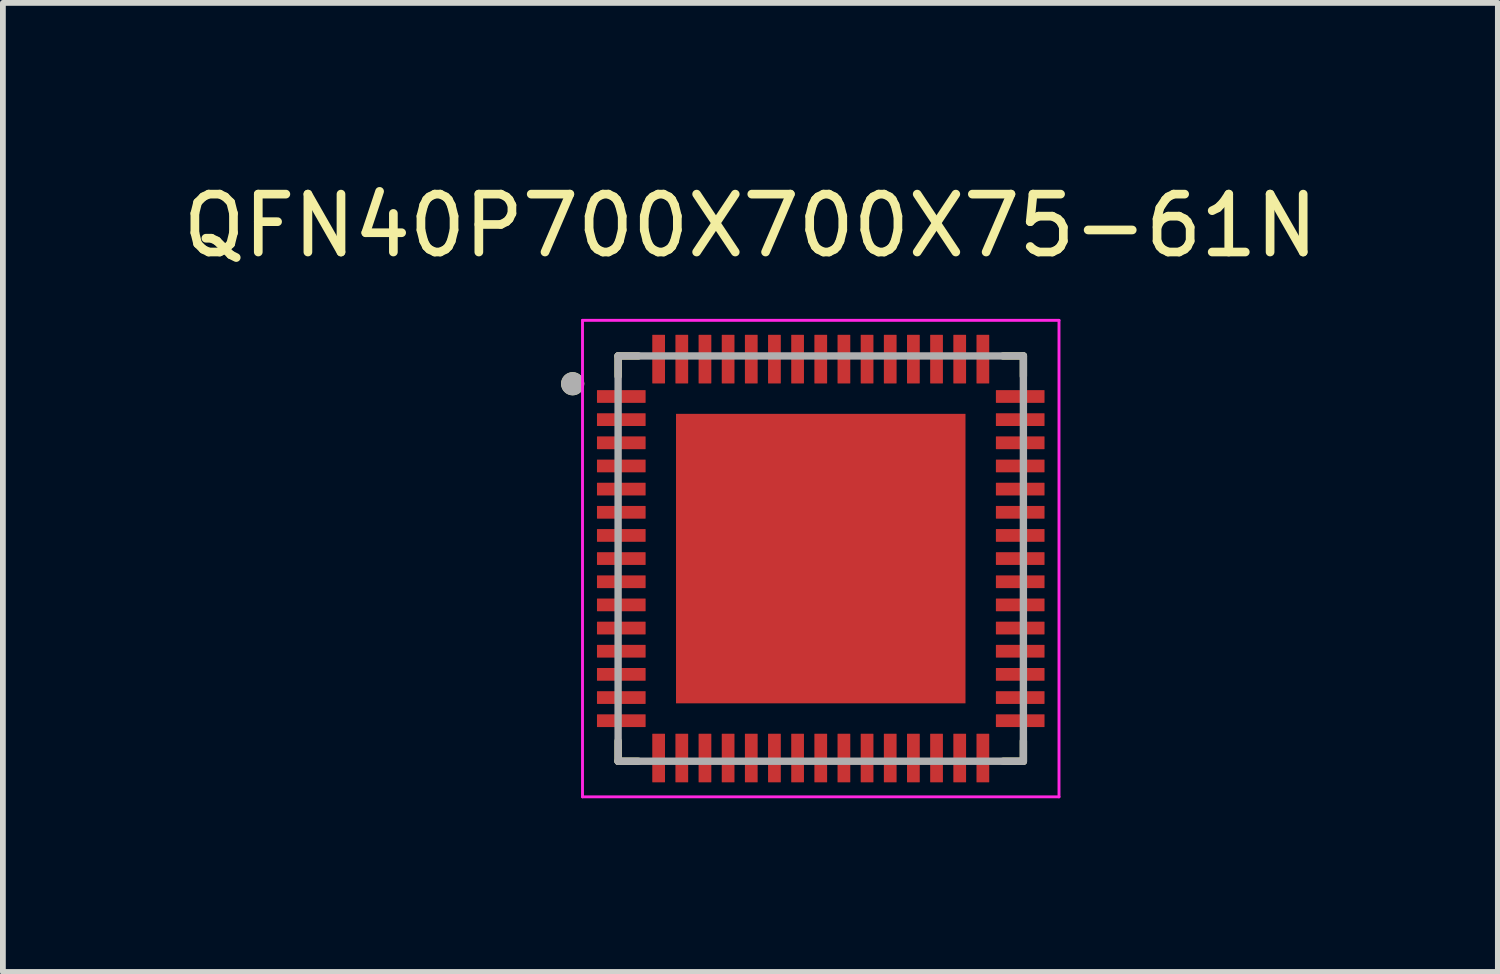
<source format=kicad_pcb>
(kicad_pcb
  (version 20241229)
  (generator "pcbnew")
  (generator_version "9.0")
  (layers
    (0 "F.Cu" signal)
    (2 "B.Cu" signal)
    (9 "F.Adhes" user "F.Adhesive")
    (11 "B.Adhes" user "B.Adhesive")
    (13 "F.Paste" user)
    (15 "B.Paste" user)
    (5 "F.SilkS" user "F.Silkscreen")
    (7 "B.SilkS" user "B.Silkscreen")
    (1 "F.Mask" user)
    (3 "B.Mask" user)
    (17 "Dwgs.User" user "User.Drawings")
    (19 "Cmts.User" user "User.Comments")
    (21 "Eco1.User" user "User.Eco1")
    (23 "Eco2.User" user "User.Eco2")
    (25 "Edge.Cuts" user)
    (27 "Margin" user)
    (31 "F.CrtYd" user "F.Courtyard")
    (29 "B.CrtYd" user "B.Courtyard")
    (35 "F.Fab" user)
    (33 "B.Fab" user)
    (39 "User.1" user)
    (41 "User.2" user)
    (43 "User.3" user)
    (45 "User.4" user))
  (footprint "QFN40P700X700X75-61N"
    (layer "F.Cu")
    (at 11.126 6.598)
    (property "Reference" "QFN40P700X700X75-61N" (at -1.215 -5.75 0) (layer "F.SilkS") (effects (font (size 1 1) (thickness 0.15))))
    (attr through_hole)
    (fp_line (start -3.5 -3.5) (end -3.5 -3.15) (stroke (width 0.127) (type solid)) (layer "F.SilkS"))
    (fp_line (start -3.5 -3.5) (end -3.15 -3.5) (stroke (width 0.127) (type solid)) (layer "F.SilkS"))
    (fp_line (start -3.5 3.5) (end -3.5 3.15) (stroke (width 0.127) (type solid)) (layer "F.SilkS"))
    (fp_line (start -3.5 3.5) (end -3.15 3.5) (stroke (width 0.127) (type solid)) (layer "F.SilkS"))
    (fp_line (start 3.5 -3.5) (end 3.15 -3.5) (stroke (width 0.127) (type solid)) (layer "F.SilkS"))
    (fp_line (start 3.5 -3.5) (end 3.5 -3.15) (stroke (width 0.127) (type solid)) (layer "F.SilkS"))
    (fp_line (start 3.5 3.5) (end 3.15 3.5) (stroke (width 0.127) (type solid)) (layer "F.SilkS"))
    (fp_line (start 3.5 3.5) (end 3.5 3.15) (stroke (width 0.127) (type solid)) (layer "F.SilkS"))
    (fp_circle (center -4.285 -3.02) (end -4.085 -3.02) (stroke (width 0) (type solid)) (fill yes) (layer "F.SilkS"))
    (fp_poly (pts (xy -2.18 -2.18) (xy -0.32 -2.18) (xy -0.32 -0.32) (xy -2.18 -0.32)) (stroke (width 0.01) (type solid)) (fill yes) (layer "F.Paste"))
    (fp_poly (pts (xy -2.18 0.32) (xy -0.32 0.32) (xy -0.32 2.18) (xy -2.18 2.18)) (stroke (width 0.01) (type solid)) (fill yes) (layer "F.Paste"))
    (fp_poly (pts (xy 0.32 -2.18) (xy 2.18 -2.18) (xy 2.18 -0.32) (xy 0.32 -0.32)) (stroke (width 0.01) (type solid)) (fill yes) (layer "F.Paste"))
    (fp_poly (pts (xy 0.32 0.32) (xy 2.18 0.32) (xy 2.18 2.18) (xy 0.32 2.18)) (stroke (width 0.01) (type solid)) (fill yes) (layer "F.Paste"))
    (fp_line (start -4.115 -4.115) (end 4.115 -4.115) (stroke (width 0.05) (type solid)) (layer "F.CrtYd"))
    (fp_line (start -4.115 4.115) (end -4.115 -4.115) (stroke (width 0.05) (type solid)) (layer "F.CrtYd"))
    (fp_line (start -4.115 4.115) (end 4.115 4.115) (stroke (width 0.05) (type solid)) (layer "F.CrtYd"))
    (fp_line (start 4.115 4.115) (end 4.115 -4.115) (stroke (width 0.05) (type solid)) (layer "F.CrtYd"))
    (fp_line (start -3.5 3.5) (end -3.5 -3.5) (stroke (width 0.127) (type solid)) (layer "F.Fab"))
    (fp_line (start 3.5 -3.5) (end -3.5 -3.5) (stroke (width 0.127) (type solid)) (layer "F.Fab"))
    (fp_line (start 3.5 3.5) (end -3.5 3.5) (stroke (width 0.127) (type solid)) (layer "F.Fab"))
    (fp_line (start 3.5 3.5) (end 3.5 -3.5) (stroke (width 0.127) (type solid)) (layer "F.Fab"))
    (fp_circle (center -4.285 -3.02) (end -4.085 -3.02) (stroke (width 0) (type solid)) (fill yes) (layer "F.Fab"))
    (pad "1" smd roundrect (at -3.445 -2.8) (size 0.84 0.22) (layers "F.Cu" "F.Mask" "F.Paste") (roundrect_rratio 0.03))
    (pad "2" smd roundrect (at -3.445 -2.4) (size 0.84 0.22) (layers "F.Cu" "F.Mask" "F.Paste") (roundrect_rratio 0.03))
    (pad "3" smd roundrect (at -3.445 -2) (size 0.84 0.22) (layers "F.Cu" "F.Mask" "F.Paste") (roundrect_rratio 0.03))
    (pad "4" smd roundrect (at -3.445 -1.6) (size 0.84 0.22) (layers "F.Cu" "F.Mask" "F.Paste") (roundrect_rratio 0.03))
    (pad "5" smd roundrect (at -3.445 -1.2) (size 0.84 0.22) (layers "F.Cu" "F.Mask" "F.Paste") (roundrect_rratio 0.03))
    (pad "6" smd roundrect (at -3.445 -0.8) (size 0.84 0.22) (layers "F.Cu" "F.Mask" "F.Paste") (roundrect_rratio 0.03))
    (pad "7" smd roundrect (at -3.445 -0.4) (size 0.84 0.22) (layers "F.Cu" "F.Mask" "F.Paste") (roundrect_rratio 0.03))
    (pad "8" smd roundrect (at -3.445 0) (size 0.84 0.22) (layers "F.Cu" "F.Mask" "F.Paste") (roundrect_rratio 0.03))
    (pad "9" smd roundrect (at -3.445 0.4) (size 0.84 0.22) (layers "F.Cu" "F.Mask" "F.Paste") (roundrect_rratio 0.03))
    (pad "10" smd roundrect (at -3.445 0.8) (size 0.84 0.22) (layers "F.Cu" "F.Mask" "F.Paste") (roundrect_rratio 0.03))
    (pad "11" smd roundrect (at -3.445 1.2) (size 0.84 0.22) (layers "F.Cu" "F.Mask" "F.Paste") (roundrect_rratio 0.03))
    (pad "12" smd roundrect (at -3.445 1.6) (size 0.84 0.22) (layers "F.Cu" "F.Mask" "F.Paste") (roundrect_rratio 0.03))
    (pad "13" smd roundrect (at -3.445 2) (size 0.84 0.22) (layers "F.Cu" "F.Mask" "F.Paste") (roundrect_rratio 0.03))
    (pad "14" smd roundrect (at -3.445 2.4) (size 0.84 0.22) (layers "F.Cu" "F.Mask" "F.Paste") (roundrect_rratio 0.03))
    (pad "15" smd roundrect (at -3.445 2.8) (size 0.84 0.22) (layers "F.Cu" "F.Mask" "F.Paste") (roundrect_rratio 0.03))
    (pad "16" smd roundrect (at -2.8 3.445) (size 0.22 0.84) (layers "F.Cu" "F.Mask" "F.Paste") (roundrect_rratio 0.03))
    (pad "17" smd roundrect (at -2.4 3.445) (size 0.22 0.84) (layers "F.Cu" "F.Mask" "F.Paste") (roundrect_rratio 0.03))
    (pad "18" smd roundrect (at -2 3.445) (size 0.22 0.84) (layers "F.Cu" "F.Mask" "F.Paste") (roundrect_rratio 0.03))
    (pad "19" smd roundrect (at -1.6 3.445) (size 0.22 0.84) (layers "F.Cu" "F.Mask" "F.Paste") (roundrect_rratio 0.03))
    (pad "20" smd roundrect (at -1.2 3.445) (size 0.22 0.84) (layers "F.Cu" "F.Mask" "F.Paste") (roundrect_rratio 0.03))
    (pad "21" smd roundrect (at -0.8 3.445) (size 0.22 0.84) (layers "F.Cu" "F.Mask" "F.Paste") (roundrect_rratio 0.03))
    (pad "22" smd roundrect (at -0.4 3.445) (size 0.22 0.84) (layers "F.Cu" "F.Mask" "F.Paste") (roundrect_rratio 0.03))
    (pad "23" smd roundrect (at 0 3.445) (size 0.22 0.84) (layers "F.Cu" "F.Mask" "F.Paste") (roundrect_rratio 0.03))
    (pad "24" smd roundrect (at 0.4 3.445) (size 0.22 0.84) (layers "F.Cu" "F.Mask" "F.Paste") (roundrect_rratio 0.03))
    (pad "25" smd roundrect (at 0.8 3.445) (size 0.22 0.84) (layers "F.Cu" "F.Mask" "F.Paste") (roundrect_rratio 0.03))
    (pad "26" smd roundrect (at 1.2 3.445) (size 0.22 0.84) (layers "F.Cu" "F.Mask" "F.Paste") (roundrect_rratio 0.03))
    (pad "27" smd roundrect (at 1.6 3.445) (size 0.22 0.84) (layers "F.Cu" "F.Mask" "F.Paste") (roundrect_rratio 0.03))
    (pad "28" smd roundrect (at 2 3.445) (size 0.22 0.84) (layers "F.Cu" "F.Mask" "F.Paste") (roundrect_rratio 0.03))
    (pad "29" smd roundrect (at 2.4 3.445) (size 0.22 0.84) (layers "F.Cu" "F.Mask" "F.Paste") (roundrect_rratio 0.03))
    (pad "30" smd roundrect (at 2.8 3.445) (size 0.22 0.84) (layers "F.Cu" "F.Mask" "F.Paste") (roundrect_rratio 0.03))
    (pad "31" smd roundrect (at 3.445 2.8) (size 0.84 0.22) (layers "F.Cu" "F.Mask" "F.Paste") (roundrect_rratio 0.03))
    (pad "32" smd roundrect (at 3.445 2.4) (size 0.84 0.22) (layers "F.Cu" "F.Mask" "F.Paste") (roundrect_rratio 0.03))
    (pad "33" smd roundrect (at 3.445 2) (size 0.84 0.22) (layers "F.Cu" "F.Mask" "F.Paste") (roundrect_rratio 0.03))
    (pad "34" smd roundrect (at 3.445 1.6) (size 0.84 0.22) (layers "F.Cu" "F.Mask" "F.Paste") (roundrect_rratio 0.03))
    (pad "35" smd roundrect (at 3.445 1.2) (size 0.84 0.22) (layers "F.Cu" "F.Mask" "F.Paste") (roundrect_rratio 0.03))
    (pad "36" smd roundrect (at 3.445 0.8) (size 0.84 0.22) (layers "F.Cu" "F.Mask" "F.Paste") (roundrect_rratio 0.03))
    (pad "37" smd roundrect (at 3.445 0.4) (size 0.84 0.22) (layers "F.Cu" "F.Mask" "F.Paste") (roundrect_rratio 0.03))
    (pad "38" smd roundrect (at 3.445 0) (size 0.84 0.22) (layers "F.Cu" "F.Mask" "F.Paste") (roundrect_rratio 0.03))
    (pad "39" smd roundrect (at 3.445 -0.4) (size 0.84 0.22) (layers "F.Cu" "F.Mask" "F.Paste") (roundrect_rratio 0.03))
    (pad "40" smd roundrect (at 3.445 -0.8) (size 0.84 0.22) (layers "F.Cu" "F.Mask" "F.Paste") (roundrect_rratio 0.03))
    (pad "41" smd roundrect (at 3.445 -1.2) (size 0.84 0.22) (layers "F.Cu" "F.Mask" "F.Paste") (roundrect_rratio 0.03))
    (pad "42" smd roundrect (at 3.445 -1.6) (size 0.84 0.22) (layers "F.Cu" "F.Mask" "F.Paste") (roundrect_rratio 0.03))
    (pad "43" smd roundrect (at 3.445 -2) (size 0.84 0.22) (layers "F.Cu" "F.Mask" "F.Paste") (roundrect_rratio 0.03))
    (pad "44" smd roundrect (at 3.445 -2.4) (size 0.84 0.22) (layers "F.Cu" "F.Mask" "F.Paste") (roundrect_rratio 0.03))
    (pad "45" smd roundrect (at 3.445 -2.8) (size 0.84 0.22) (layers "F.Cu" "F.Mask" "F.Paste") (roundrect_rratio 0.03))
    (pad "46" smd roundrect (at 2.8 -3.445) (size 0.22 0.84) (layers "F.Cu" "F.Mask" "F.Paste") (roundrect_rratio 0.03))
    (pad "47" smd roundrect (at 2.4 -3.445) (size 0.22 0.84) (layers "F.Cu" "F.Mask" "F.Paste") (roundrect_rratio 0.03))
    (pad "48" smd roundrect (at 2 -3.445) (size 0.22 0.84) (layers "F.Cu" "F.Mask" "F.Paste") (roundrect_rratio 0.03))
    (pad "49" smd roundrect (at 1.6 -3.445) (size 0.22 0.84) (layers "F.Cu" "F.Mask" "F.Paste") (roundrect_rratio 0.03))
    (pad "50" smd roundrect (at 1.2 -3.445) (size 0.22 0.84) (layers "F.Cu" "F.Mask" "F.Paste") (roundrect_rratio 0.03))
    (pad "51" smd roundrect (at 0.8 -3.445) (size 0.22 0.84) (layers "F.Cu" "F.Mask" "F.Paste") (roundrect_rratio 0.03))
    (pad "52" smd roundrect (at 0.4 -3.445) (size 0.22 0.84) (layers "F.Cu" "F.Mask" "F.Paste") (roundrect_rratio 0.03))
    (pad "53" smd roundrect (at 0 -3.445) (size 0.22 0.84) (layers "F.Cu" "F.Mask" "F.Paste") (roundrect_rratio 0.03))
    (pad "54" smd roundrect (at -0.4 -3.445) (size 0.22 0.84) (layers "F.Cu" "F.Mask" "F.Paste") (roundrect_rratio 0.03))
    (pad "55" smd roundrect (at -0.8 -3.445) (size 0.22 0.84) (layers "F.Cu" "F.Mask" "F.Paste") (roundrect_rratio 0.03))
    (pad "56" smd roundrect (at -1.2 -3.445) (size 0.22 0.84) (layers "F.Cu" "F.Mask" "F.Paste") (roundrect_rratio 0.03))
    (pad "57" smd roundrect (at -1.6 -3.445) (size 0.22 0.84) (layers "F.Cu" "F.Mask" "F.Paste") (roundrect_rratio 0.03))
    (pad "58" smd roundrect (at -2 -3.445) (size 0.22 0.84) (layers "F.Cu" "F.Mask" "F.Paste") (roundrect_rratio 0.03))
    (pad "59" smd roundrect (at -2.4 -3.445) (size 0.22 0.84) (layers "F.Cu" "F.Mask" "F.Paste") (roundrect_rratio 0.03))
    (pad "60" smd roundrect (at -2.8 -3.445) (size 0.22 0.84) (layers "F.Cu" "F.Mask" "F.Paste") (roundrect_rratio 0.03))
    (pad "61" smd rect (at 0 0) (size 5 5) (layers "F.Cu" "F.Mask")))
  (gr_rect
    (start -3 -3)
    (end 22.821 13.738)
    (stroke (width 0.1) (type default))
    (fill no)
    (layer "Edge.Cuts")))
</source>
